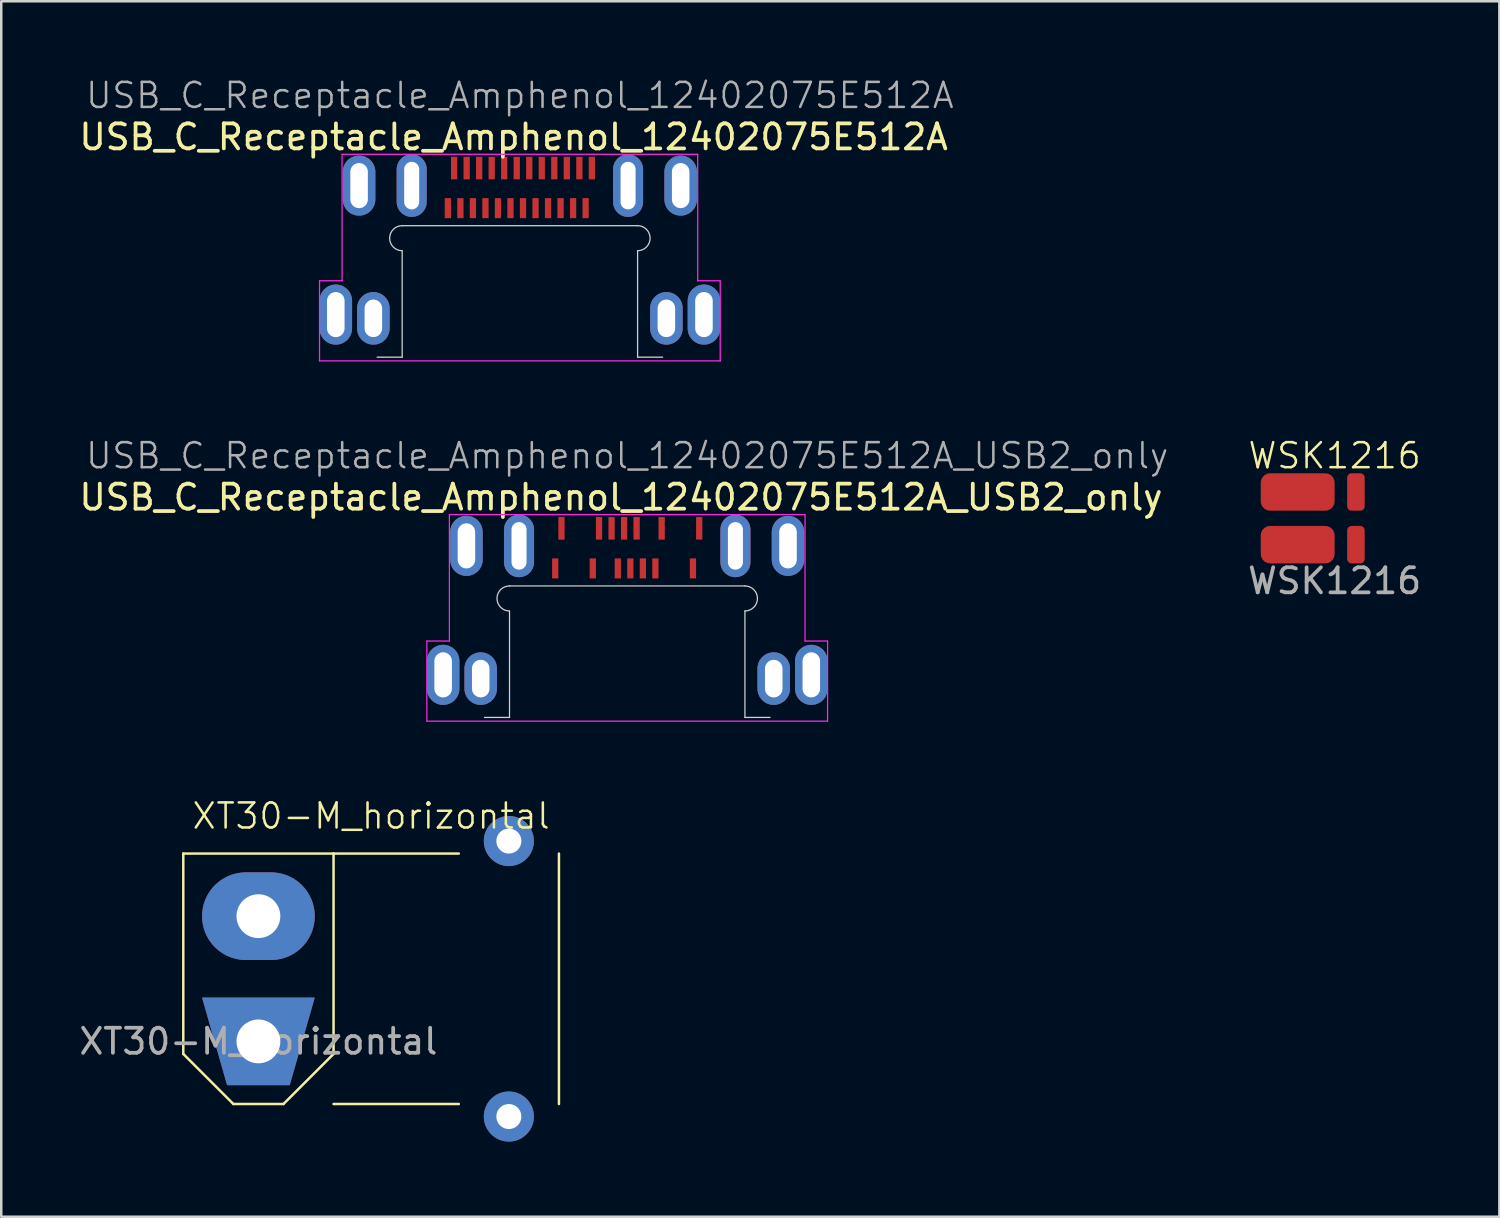
<source format=kicad_pcb>
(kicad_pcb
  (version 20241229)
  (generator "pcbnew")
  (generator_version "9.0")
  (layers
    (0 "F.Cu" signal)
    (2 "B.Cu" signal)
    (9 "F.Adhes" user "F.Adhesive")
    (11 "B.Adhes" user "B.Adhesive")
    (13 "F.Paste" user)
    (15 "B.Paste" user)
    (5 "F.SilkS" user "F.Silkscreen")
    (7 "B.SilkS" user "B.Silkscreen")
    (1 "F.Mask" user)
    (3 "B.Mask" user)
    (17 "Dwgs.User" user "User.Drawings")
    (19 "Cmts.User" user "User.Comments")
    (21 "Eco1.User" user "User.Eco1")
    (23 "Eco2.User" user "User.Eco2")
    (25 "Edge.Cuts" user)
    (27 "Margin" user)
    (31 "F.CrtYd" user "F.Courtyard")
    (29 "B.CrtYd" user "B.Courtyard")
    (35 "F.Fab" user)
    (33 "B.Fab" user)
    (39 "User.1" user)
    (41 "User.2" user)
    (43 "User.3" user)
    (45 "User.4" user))
  (footprint "WSK1216"
    (layer "F.Cu")
    (at 50.24 17.646)
    (property "Reference" "WSK1216" (at 0 -2.5 0) (unlocked yes) (layer "F.SilkS") (effects (font (size 1 1) (thickness 0.1))))
    (attr smd)
    (fp_text user "${REFERENCE}" (at 0 2.5 0) (unlocked yes) (layer "F.Fab") (effects (font (size 1 1) (thickness 0.15))))
    (pad "1" smd roundrect (at -1.475 -1.052) (size 2.95 1.495) (layers "F.Cu" "F.Mask" "F.Paste") (roundrect_rratio 0.25))
    (pad "2" smd roundrect (at 0.85 -1.052) (size 0.7 1.495) (layers "F.Cu" "F.Mask" "F.Paste") (roundrect_rratio 0.25))
    (pad "3" smd roundrect (at 0.85 1.052) (size 0.7 1.495) (layers "F.Cu" "F.Mask" "F.Paste") (roundrect_rratio 0.25))
    (pad "4" smd roundrect (at -1.475 1.052) (size 2.95 1.495) (layers "F.Cu" "F.Mask" "F.Paste") (roundrect_rratio 0.25)))
  (footprint "USB_C_Receptacle_Amphenol_12402075E512A_USB2_only"
    (layer "F.Cu")
    (at 21.994 18.746)
    (property "Reference" "USB_C_Receptacle_Amphenol_12402075E512A_USB2_only" (at -0.25 -1.94 0) (layer "F.SilkS") (effects (font (size 1 1) (thickness 0.15))))
    (attr smd)
    (fp_line (start -4.7 1.6) (end 4.7 1.6) (stroke (width 0.05) (type default)) (layer "Edge.Cuts"))
    (fp_line (start -4.7 2.6) (end -4.7 6.85) (stroke (width 0.05) (type default)) (layer "Edge.Cuts"))
    (fp_line (start -4.7 6.85) (end -5.7 6.85) (stroke (width 0.05) (type default)) (layer "Edge.Cuts"))
    (fp_line (start 4.7 2.6) (end 4.7 6.85) (stroke (width 0.05) (type default)) (layer "Edge.Cuts"))
    (fp_line (start 4.7 6.85) (end 5.7 6.85) (stroke (width 0.05) (type default)) (layer "Edge.Cuts"))
    (fp_arc (start -4.7 2.6) (mid -5.2 2.1) (end -4.7 1.6) (stroke (width 0.05) (type default)) (layer "Edge.Cuts"))
    (fp_arc (start 4.7 1.6) (mid 5.2 2.1) (end 4.7 2.6) (stroke (width 0.05) (type default)) (layer "Edge.Cuts"))
    (fp_line (start -8 3.8) (end -8 7) (stroke (width 0.05) (type default)) (layer "F.CrtYd"))
    (fp_line (start -8 7) (end 8 7) (stroke (width 0.05) (type default)) (layer "F.CrtYd"))
    (fp_line (start -7.1 -1.25) (end 7.1 -1.25) (stroke (width 0.05) (type solid)) (layer "F.CrtYd"))
    (fp_line (start -7.1 3.8) (end -8 3.8) (stroke (width 0.05) (type default)) (layer "F.CrtYd"))
    (fp_line (start -7.1 3.8) (end -7.1 -1.25) (stroke (width 0.05) (type solid)) (layer "F.CrtYd"))
    (fp_line (start 7.1 -1.25) (end 7.1 3.8) (stroke (width 0.05) (type solid)) (layer "F.CrtYd"))
    (fp_line (start 8 3.8) (end 7.1 3.8) (stroke (width 0.05) (type default)) (layer "F.CrtYd"))
    (fp_line (start 8 7) (end 8 3.8) (stroke (width 0.05) (type default)) (layer "F.CrtYd"))
    (fp_text user "${REFERENCE}" (at 0 -3.6 0) (layer "F.Fab") (effects (font (size 1 1) (thickness 0.1))))
    (pad "A1" smd rect (at -2.625 -0.7) (size 0.25 0.9) (layers "F.Cu" "F.Mask" "F.Paste"))
    (pad "A4" smd rect (at -1.125 -0.7) (size 0.25 0.9) (layers "F.Cu" "F.Mask" "F.Paste"))
    (pad "A5" smd rect (at -0.625 -0.7) (size 0.25 0.9) (layers "F.Cu" "F.Mask" "F.Paste"))
    (pad "A6" smd rect (at -0.125 -0.7) (size 0.25 0.9) (layers "F.Cu" "F.Mask" "F.Paste"))
    (pad "A7" smd rect (at 0.375 -0.7) (size 0.25 0.9) (layers "F.Cu" "F.Mask" "F.Paste"))
    (pad "A9" smd rect (at 1.375 -0.7) (size 0.25 0.9) (layers "F.Cu" "F.Mask" "F.Paste"))
    (pad "A12" smd rect (at 2.875 -0.7) (size 0.25 0.9) (layers "F.Cu" "F.Mask" "F.Paste"))
    (pad "B1" smd rect (at 2.625 0.9) (size 0.25 0.8) (layers "F.Cu" "F.Mask" "F.Paste"))
    (pad "B4" smd rect (at 1.125 0.9) (size 0.25 0.8) (layers "F.Cu" "F.Mask" "F.Paste"))
    (pad "B5" smd rect (at 0.625 0.9) (size 0.25 0.8) (layers "F.Cu" "F.Mask" "F.Paste"))
    (pad "B6" smd rect (at 0.125 0.9) (size 0.25 0.8) (layers "F.Cu" "F.Mask" "F.Paste"))
    (pad "B7" smd rect (at -0.375 0.9) (size 0.25 0.8) (layers "F.Cu" "F.Mask" "F.Paste"))
    (pad "B9" smd rect (at -1.375 0.9) (size 0.25 0.8) (layers "F.Cu" "F.Mask" "F.Paste"))
    (pad "B12" smd rect (at -2.875 0.9) (size 0.25 0.8) (layers "F.Cu" "F.Mask" "F.Paste"))
    (pad "S1" thru_hole oval (at -7.35 5.15) (size 1.3 2.4) (drill oval 0.7 1.8) (layers "*.Cu" "*.Mask"))
    (pad "S1" thru_hole oval (at -6.42 0) (size 1.3 2.4) (drill oval 0.7 1.8) (layers "*.Cu" "*.Mask"))
    (pad "S1" thru_hole oval (at -5.85 5.3) (size 1.3 2.1) (drill oval 0.7 1.5) (layers "*.Cu" "*.Mask"))
    (pad "S1" thru_hole oval (at -4.32 0) (size 1.2 2.5) (drill oval 0.6 1.9) (layers "*.Cu" "*.Mask"))
    (pad "S1" thru_hole oval (at 4.32 0) (size 1.2 2.5) (drill oval 0.6 1.9) (layers "*.Cu" "*.Mask"))
    (pad "S1" thru_hole oval (at 5.85 5.3) (size 1.3 2.1) (drill oval 0.7 1.5) (layers "*.Cu" "*.Mask"))
    (pad "S1" thru_hole oval (at 6.42 0) (size 1.3 2.4) (drill oval 0.7 1.8) (layers "*.Cu" "*.Mask"))
    (pad "S1" thru_hole oval (at 7.35 5.15) (size 1.3 2.4) (drill oval 0.7 1.8) (layers "*.Cu" "*.Mask")))
  (footprint "USB_C_Receptacle_Amphenol_12402075E512A"
    (layer "F.Cu")
    (at 17.708 4.361)
    (property "Reference" "USB_C_Receptacle_Amphenol_12402075E512A" (at -0.25 -1.94 0) (layer "F.SilkS") (effects (font (size 1 1) (thickness 0.15))))
    (attr smd)
    (fp_line (start -4.7 1.6) (end 4.7 1.6) (stroke (width 0.05) (type default)) (layer "Edge.Cuts"))
    (fp_line (start -4.7 2.6) (end -4.7 6.85) (stroke (width 0.05) (type default)) (layer "Edge.Cuts"))
    (fp_line (start -4.7 6.85) (end -5.7 6.85) (stroke (width 0.05) (type default)) (layer "Edge.Cuts"))
    (fp_line (start 4.7 2.6) (end 4.7 6.85) (stroke (width 0.05) (type default)) (layer "Edge.Cuts"))
    (fp_line (start 4.7 6.85) (end 5.7 6.85) (stroke (width 0.05) (type default)) (layer "Edge.Cuts"))
    (fp_arc (start -4.7 2.6) (mid -5.2 2.1) (end -4.7 1.6) (stroke (width 0.05) (type default)) (layer "Edge.Cuts"))
    (fp_arc (start 4.7 1.6) (mid 5.2 2.1) (end 4.7 2.6) (stroke (width 0.05) (type default)) (layer "Edge.Cuts"))
    (fp_line (start -8 3.8) (end -8 7) (stroke (width 0.05) (type default)) (layer "F.CrtYd"))
    (fp_line (start -8 7) (end 8 7) (stroke (width 0.05) (type default)) (layer "F.CrtYd"))
    (fp_line (start -7.1 -1.25) (end 7.1 -1.25) (stroke (width 0.05) (type solid)) (layer "F.CrtYd"))
    (fp_line (start -7.1 3.8) (end -8 3.8) (stroke (width 0.05) (type default)) (layer "F.CrtYd"))
    (fp_line (start -7.1 3.8) (end -7.1 -1.25) (stroke (width 0.05) (type solid)) (layer "F.CrtYd"))
    (fp_line (start 7.1 -1.25) (end 7.1 3.8) (stroke (width 0.05) (type solid)) (layer "F.CrtYd"))
    (fp_line (start 8 3.8) (end 7.1 3.8) (stroke (width 0.05) (type default)) (layer "F.CrtYd"))
    (fp_line (start 8 7) (end 8 3.8) (stroke (width 0.05) (type default)) (layer "F.CrtYd"))
    (fp_text user "${REFERENCE}" (at 0 -3.6 0) (layer "F.Fab") (effects (font (size 1 1) (thickness 0.1))))
    (pad "A1" smd rect (at -2.625 -0.7) (size 0.25 0.9) (layers "F.Cu" "F.Mask" "F.Paste"))
    (pad "A2" smd rect (at -2.125 -0.7) (size 0.25 0.9) (layers "F.Cu" "F.Mask" "F.Paste"))
    (pad "A3" smd rect (at -1.625 -0.7) (size 0.25 0.9) (layers "F.Cu" "F.Mask" "F.Paste"))
    (pad "A4" smd rect (at -1.125 -0.7) (size 0.25 0.9) (layers "F.Cu" "F.Mask" "F.Paste"))
    (pad "A5" smd rect (at -0.625 -0.7) (size 0.25 0.9) (layers "F.Cu" "F.Mask" "F.Paste"))
    (pad "A6" smd rect (at -0.125 -0.7) (size 0.25 0.9) (layers "F.Cu" "F.Mask" "F.Paste"))
    (pad "A7" smd rect (at 0.375 -0.7) (size 0.25 0.9) (layers "F.Cu" "F.Mask" "F.Paste"))
    (pad "A8" smd rect (at 0.875 -0.7) (size 0.25 0.9) (layers "F.Cu" "F.Mask" "F.Paste"))
    (pad "A9" smd rect (at 1.375 -0.7) (size 0.25 0.9) (layers "F.Cu" "F.Mask" "F.Paste"))
    (pad "A10" smd rect (at 1.875 -0.7) (size 0.25 0.9) (layers "F.Cu" "F.Mask" "F.Paste"))
    (pad "A11" smd rect (at 2.375 -0.7) (size 0.25 0.9) (layers "F.Cu" "F.Mask" "F.Paste"))
    (pad "A12" smd rect (at 2.875 -0.7) (size 0.25 0.9) (layers "F.Cu" "F.Mask" "F.Paste"))
    (pad "B1" smd rect (at 2.625 0.9) (size 0.25 0.8) (layers "F.Cu" "F.Mask" "F.Paste"))
    (pad "B2" smd rect (at 2.125 0.9) (size 0.25 0.8) (layers "F.Cu" "F.Mask" "F.Paste"))
    (pad "B3" smd rect (at 1.625 0.9) (size 0.25 0.8) (layers "F.Cu" "F.Mask" "F.Paste"))
    (pad "B4" smd rect (at 1.125 0.9) (size 0.25 0.8) (layers "F.Cu" "F.Mask" "F.Paste"))
    (pad "B5" smd rect (at 0.625 0.9) (size 0.25 0.8) (layers "F.Cu" "F.Mask" "F.Paste"))
    (pad "B6" smd rect (at 0.125 0.9) (size 0.25 0.8) (layers "F.Cu" "F.Mask" "F.Paste"))
    (pad "B7" smd rect (at -0.375 0.9) (size 0.25 0.8) (layers "F.Cu" "F.Mask" "F.Paste"))
    (pad "B8" smd rect (at -0.875 0.9) (size 0.25 0.8) (layers "F.Cu" "F.Mask" "F.Paste"))
    (pad "B9" smd rect (at -1.375 0.9) (size 0.25 0.8) (layers "F.Cu" "F.Mask" "F.Paste"))
    (pad "B10" smd rect (at -1.875 0.9) (size 0.25 0.8) (layers "F.Cu" "F.Mask" "F.Paste"))
    (pad "B11" smd rect (at -2.375 0.9) (size 0.25 0.8) (layers "F.Cu" "F.Mask" "F.Paste"))
    (pad "B12" smd rect (at -2.875 0.9) (size 0.25 0.8) (layers "F.Cu" "F.Mask" "F.Paste"))
    (pad "S1" thru_hole oval (at -7.35 5.15) (size 1.3 2.4) (drill oval 0.7 1.8) (layers "*.Cu" "*.Mask"))
    (pad "S1" thru_hole oval (at -6.42 0) (size 1.3 2.4) (drill oval 0.7 1.8) (layers "*.Cu" "*.Mask"))
    (pad "S1" thru_hole oval (at -5.85 5.3) (size 1.3 2.1) (drill oval 0.7 1.5) (layers "*.Cu" "*.Mask"))
    (pad "S1" thru_hole oval (at -4.32 0) (size 1.2 2.5) (drill oval 0.6 1.9) (layers "*.Cu" "*.Mask"))
    (pad "S1" thru_hole oval (at 4.32 0) (size 1.2 2.5) (drill oval 0.6 1.9) (layers "*.Cu" "*.Mask"))
    (pad "S1" thru_hole oval (at 5.85 5.3) (size 1.3 2.1) (drill oval 0.7 1.5) (layers "*.Cu" "*.Mask"))
    (pad "S1" thru_hole oval (at 6.42 0) (size 1.3 2.4) (drill oval 0.7 1.8) (layers "*.Cu" "*.Mask"))
    (pad "S1" thru_hole oval (at 7.35 5.15) (size 1.3 2.4) (drill oval 0.7 1.8) (layers "*.Cu" "*.Mask")))
  (footprint "XT30-M_horizontal"
    (layer "F.Cu")
    (at 7.268 36.032)
    (property "Reference" "XT30-M_horizontal" (at 4.5 -6.5 0) (unlocked yes) (layer "F.SilkS") (effects (font (size 1 1) (thickness 0.1))))
    (attr through_hole)
    (fp_line (start -3 -5) (end -3 3) (stroke (width 0.1) (type default)) (layer "F.SilkS"))
    (fp_line (start -3 3) (end -1 5) (stroke (width 0.1) (type default)) (layer "F.SilkS"))
    (fp_line (start -1 5) (end 1 5) (stroke (width 0.1) (type default)) (layer "F.SilkS"))
    (fp_line (start 1 5) (end 3 3) (stroke (width 0.1) (type default)) (layer "F.SilkS"))
    (fp_line (start 3 -5) (end -3 -5) (stroke (width 0.1) (type default)) (layer "F.SilkS"))
    (fp_line (start 3 -5) (end 8 -5) (stroke (width 0.1) (type default)) (layer "F.SilkS"))
    (fp_line (start 3 3) (end 3 -5) (stroke (width 0.1) (type default)) (layer "F.SilkS"))
    (fp_line (start 3 5) (end 8 5) (stroke (width 0.1) (type default)) (layer "F.SilkS"))
    (fp_line (start 12 5) (end 12 -5) (stroke (width 0.1) (type default)) (layer "F.SilkS"))
    (fp_text user "${REFERENCE}" (at 0 2.5 0) (unlocked yes) (layer "F.Fab") (effects (font (size 1 1) (thickness 0.15))))
    (pad "" np_thru_hole circle (at 10 -5.5) (size 2 2) (drill 1) (layers "*.Cu" "*.Mask"))
    (pad "" np_thru_hole circle (at 10 5.5) (size 2 2) (drill 1) (layers "*.Cu" "*.Mask"))
    (pad "1" thru_hole trapezoid (at 0 2.5) (size 3.5 3.5) (rect_delta 0 -1) (drill 1.75) (layers "*.Cu" "*.Mask"))
    (pad "2" thru_hole oval (at 0 -2.5) (size 4.5 3.5) (drill 1.75) (layers "*.Cu" "*.Mask")))
  (gr_rect
    (start -3 -3)
    (end 56.818 45.532)
    (stroke (width 0.1) (type default))
    (fill no)
    (layer "Edge.Cuts")))
</source>
